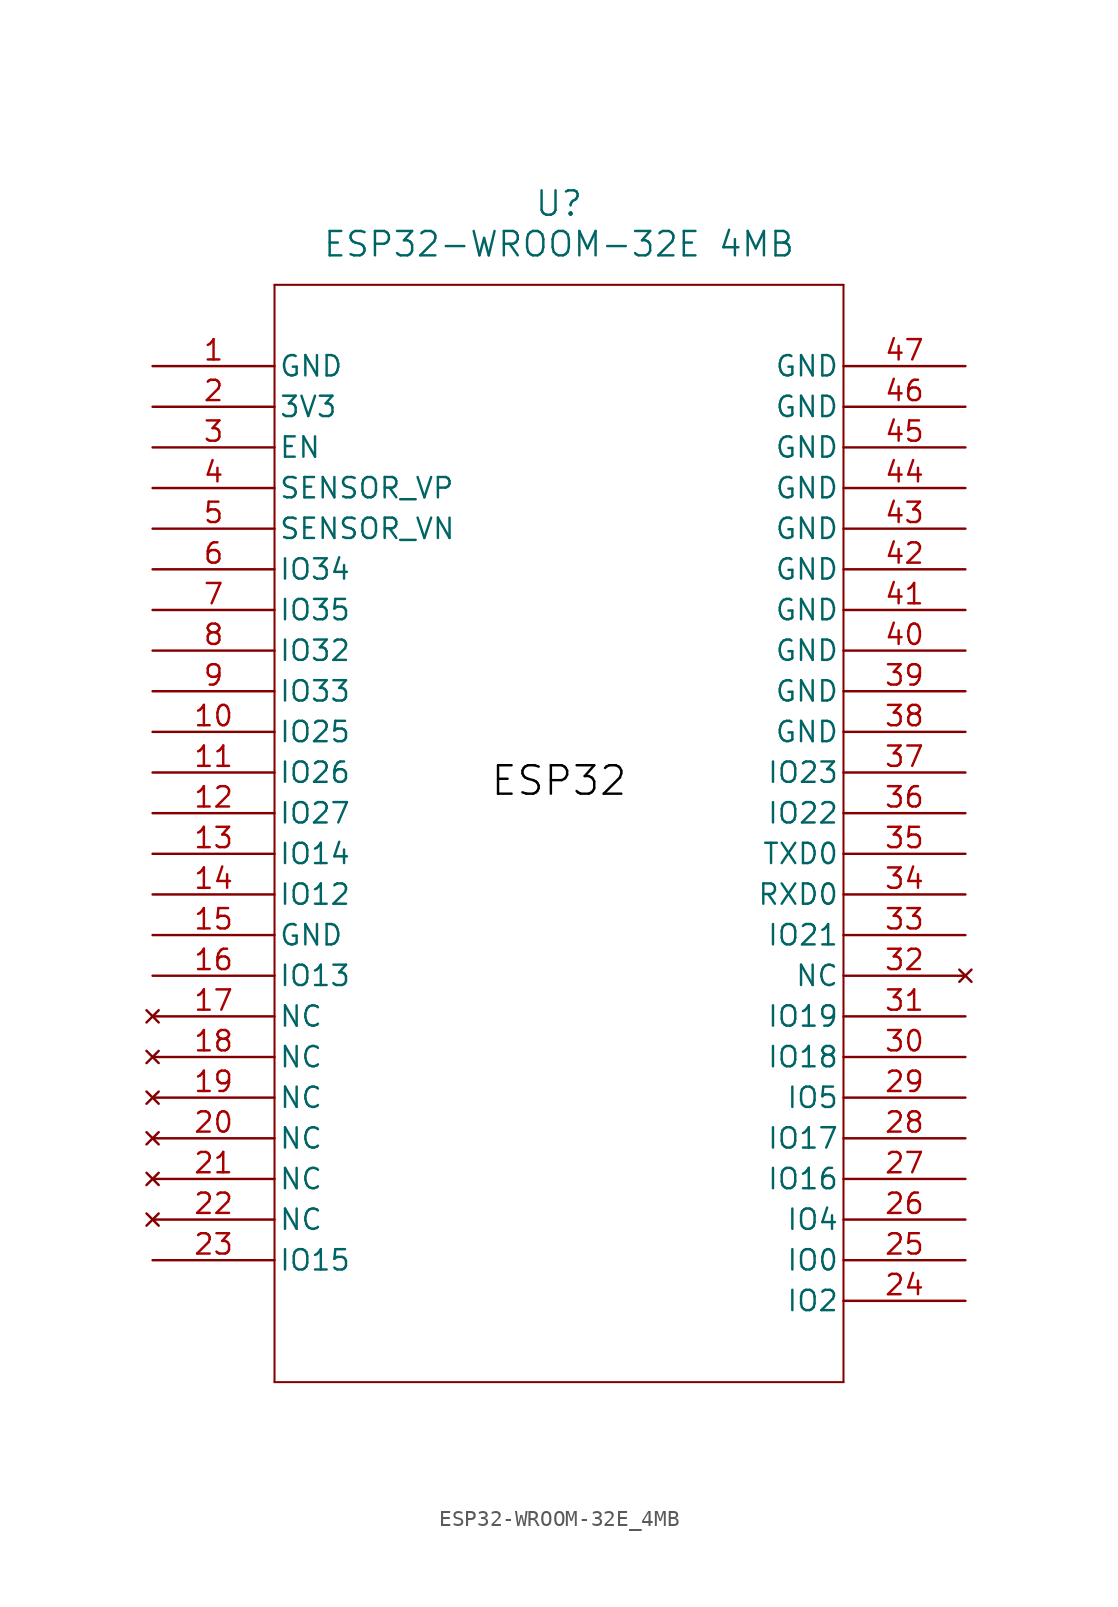
<source format=kicad_sym>
(kicad_symbol_lib
  (version 20231120)
  (generator "kicad_symbol_editor")
  (generator_version "8.0")
  (symbol "ESP32-WROOM-32E_4MB"
    (pin_names
      (offset 0.254))
    (property "Reference" "U"
      (at 25.4 10.16 0)
      (effects (font (size 1.524 1.524))))
    (property "Value" "ESP32-WROOM-32E 4MB"
      (at 25.4 7.62 0)
      (effects (font (size 1.524 1.524))))
    (property "ki_locked" ""
      (at 0 0 0)
      (effects (font (size 1.27 1.27))))
    (symbol "ESP32-WROOM-32E_4MB_0_1"
      (polyline (pts (xy 7.62 -63.5) (xy 43.18 -63.5)) (stroke (width 0.127) (type default)) (fill (type none)))
      (polyline (pts (xy 7.62 5.08) (xy 7.62 -63.5)) (stroke (width 0.127) (type default)) (fill (type none)))
      (polyline (pts (xy 43.18 -63.5) (xy 43.18 5.08)) (stroke (width 0.127) (type default)) (fill (type none)))
      (polyline (pts (xy 43.18 5.08) (xy 7.62 5.08)) (stroke (width 0.127) (type default)) (fill (type none)))
      (pin power_out line (at 0 0 0) (length 7.62) (name "GND" (effects (font (size 1.27 1.27)))) (number "1" (effects (font (size 1.27 1.27)))))
      (pin bidirectional line (at 0 -22.86 0) (length 7.62) (name "IO25" (effects (font (size 1.27 1.27)))) (number "10" (effects (font (size 1.27 1.27)))))
      (pin bidirectional line (at 0 -25.4 0) (length 7.62) (name "IO26" (effects (font (size 1.27 1.27)))) (number "11" (effects (font (size 1.27 1.27)))))
      (pin bidirectional line (at 0 -27.94 0) (length 7.62) (name "IO27" (effects (font (size 1.27 1.27)))) (number "12" (effects (font (size 1.27 1.27)))))
      (pin bidirectional line (at 0 -30.48 0) (length 7.62) (name "IO14" (effects (font (size 1.27 1.27)))) (number "13" (effects (font (size 1.27 1.27)))))
      (pin bidirectional line (at 0 -33.02 0) (length 7.62) (name "IO12" (effects (font (size 1.27 1.27)))) (number "14" (effects (font (size 1.27 1.27)))))
      (pin power_out line (at 0 -35.56 0) (length 7.62) (name "GND" (effects (font (size 1.27 1.27)))) (number "15" (effects (font (size 1.27 1.27)))))
      (pin bidirectional line (at 0 -38.1 0) (length 7.62) (name "IO13" (effects (font (size 1.27 1.27)))) (number "16" (effects (font (size 1.27 1.27)))))
      (pin no_connect line (at 0 -40.64 0) (length 7.62) (name "NC" (effects (font (size 1.27 1.27)))) (number "17" (effects (font (size 1.27 1.27)))))
      (pin no_connect line (at 0 -43.18 0) (length 7.62) (name "NC" (effects (font (size 1.27 1.27)))) (number "18" (effects (font (size 1.27 1.27)))))
      (pin no_connect line (at 0 -45.72 0) (length 7.62) (name "NC" (effects (font (size 1.27 1.27)))) (number "19" (effects (font (size 1.27 1.27)))))
      (pin power_in line (at 0 -2.54 0) (length 7.62) (name "3V3" (effects (font (size 1.27 1.27)))) (number "2" (effects (font (size 1.27 1.27)))))
      (pin no_connect line (at 0 -48.26 0) (length 7.62) (name "NC" (effects (font (size 1.27 1.27)))) (number "20" (effects (font (size 1.27 1.27)))))
      (pin no_connect line (at 0 -50.8 0) (length 7.62) (name "NC" (effects (font (size 1.27 1.27)))) (number "21" (effects (font (size 1.27 1.27)))))
      (pin no_connect line (at 0 -53.34 0) (length 7.62) (name "NC" (effects (font (size 1.27 1.27)))) (number "22" (effects (font (size 1.27 1.27)))))
      (pin bidirectional line (at 0 -55.88 0) (length 7.62) (name "IO15" (effects (font (size 1.27 1.27)))) (number "23" (effects (font (size 1.27 1.27)))))
      (pin bidirectional line (at 50.8 -58.42 180) (length 7.62) (name "IO2" (effects (font (size 1.27 1.27)))) (number "24" (effects (font (size 1.27 1.27)))))
      (pin bidirectional line (at 50.8 -55.88 180) (length 7.62) (name "IO0" (effects (font (size 1.27 1.27)))) (number "25" (effects (font (size 1.27 1.27)))))
      (pin bidirectional line (at 50.8 -53.34 180) (length 7.62) (name "IO4" (effects (font (size 1.27 1.27)))) (number "26" (effects (font (size 1.27 1.27)))))
      (pin bidirectional line (at 50.8 -50.8 180) (length 7.62) (name "IO16" (effects (font (size 1.27 1.27)))) (number "27" (effects (font (size 1.27 1.27)))))
      (pin bidirectional line (at 50.8 -48.26 180) (length 7.62) (name "IO17" (effects (font (size 1.27 1.27)))) (number "28" (effects (font (size 1.27 1.27)))))
      (pin bidirectional line (at 50.8 -45.72 180) (length 7.62) (name "IO5" (effects (font (size 1.27 1.27)))) (number "29" (effects (font (size 1.27 1.27)))))
      (pin input line (at 0 -5.08 0) (length 7.62) (name "EN" (effects (font (size 1.27 1.27)))) (number "3" (effects (font (size 1.27 1.27)))))
      (pin bidirectional line (at 50.8 -43.18 180) (length 7.62) (name "IO18" (effects (font (size 1.27 1.27)))) (number "30" (effects (font (size 1.27 1.27)))))
      (pin bidirectional line (at 50.8 -40.64 180) (length 7.62) (name "IO19" (effects (font (size 1.27 1.27)))) (number "31" (effects (font (size 1.27 1.27)))))
      (pin no_connect line (at 50.8 -38.1 180) (length 7.62) (name "NC" (effects (font (size 1.27 1.27)))) (number "32" (effects (font (size 1.27 1.27)))))
      (pin bidirectional line (at 50.8 -35.56 180) (length 7.62) (name "IO21" (effects (font (size 1.27 1.27)))) (number "33" (effects (font (size 1.27 1.27)))))
      (pin bidirectional line (at 50.8 -33.02 180) (length 7.62) (name "RXD0" (effects (font (size 1.27 1.27)))) (number "34" (effects (font (size 1.27 1.27)))))
      (pin bidirectional line (at 50.8 -30.48 180) (length 7.62) (name "TXD0" (effects (font (size 1.27 1.27)))) (number "35" (effects (font (size 1.27 1.27)))))
      (pin bidirectional line (at 50.8 -27.94 180) (length 7.62) (name "IO22" (effects (font (size 1.27 1.27)))) (number "36" (effects (font (size 1.27 1.27)))))
      (pin bidirectional line (at 50.8 -25.4 180) (length 7.62) (name "IO23" (effects (font (size 1.27 1.27)))) (number "37" (effects (font (size 1.27 1.27)))))
      (pin power_out line (at 50.8 -22.86 180) (length 7.62) (name "GND" (effects (font (size 1.27 1.27)))) (number "38" (effects (font (size 1.27 1.27)))))
      (pin power_out line (at 50.8 -20.32 180) (length 7.62) (name "GND" (effects (font (size 1.27 1.27)))) (number "39" (effects (font (size 1.27 1.27)))))
      (pin input line (at 0 -7.62 0) (length 7.62) (name "SENSOR_VP" (effects (font (size 1.27 1.27)))) (number "4" (effects (font (size 1.27 1.27)))))
      (pin power_out line (at 50.8 -17.78 180) (length 7.62) (name "GND" (effects (font (size 1.27 1.27)))) (number "40" (effects (font (size 1.27 1.27)))))
      (pin power_out line (at 50.8 -15.24 180) (length 7.62) (name "GND" (effects (font (size 1.27 1.27)))) (number "41" (effects (font (size 1.27 1.27)))))
      (pin power_out line (at 50.8 -12.7 180) (length 7.62) (name "GND" (effects (font (size 1.27 1.27)))) (number "42" (effects (font (size 1.27 1.27)))))
      (pin power_out line (at 50.8 -10.16 180) (length 7.62) (name "GND" (effects (font (size 1.27 1.27)))) (number "43" (effects (font (size 1.27 1.27)))))
      (pin power_out line (at 50.8 -7.62 180) (length 7.62) (name "GND" (effects (font (size 1.27 1.27)))) (number "44" (effects (font (size 1.27 1.27)))))
      (pin power_out line (at 50.8 -5.08 180) (length 7.62) (name "GND" (effects (font (size 1.27 1.27)))) (number "45" (effects (font (size 1.27 1.27)))))
      (pin power_out line (at 50.8 -2.54 180) (length 7.62) (name "GND" (effects (font (size 1.27 1.27)))) (number "46" (effects (font (size 1.27 1.27)))))
      (pin power_out line (at 50.8 0 180) (length 7.62) (name "GND" (effects (font (size 1.27 1.27)))) (number "47" (effects (font (size 1.27 1.27)))))
      (pin input line (at 0 -10.16 0) (length 7.62) (name "SENSOR_VN" (effects (font (size 1.27 1.27)))) (number "5" (effects (font (size 1.27 1.27)))))
      (pin input line (at 0 -12.7 0) (length 7.62) (name "IO34" (effects (font (size 1.27 1.27)))) (number "6" (effects (font (size 1.27 1.27)))))
      (pin input line (at 0 -15.24 0) (length 7.62) (name "IO35" (effects (font (size 1.27 1.27)))) (number "7" (effects (font (size 1.27 1.27)))))
      (pin bidirectional line (at 0 -17.78 0) (length 7.62) (name "IO32" (effects (font (size 1.27 1.27)))) (number "8" (effects (font (size 1.27 1.27)))))
      (pin bidirectional line (at 0 -20.32 0) (length 7.62) (name "IO33" (effects (font (size 1.27 1.27)))) (number "9" (effects (font (size 1.27 1.27))))))
    (symbol "ESP32-WROOM-32E_4MB_1_1"
      (text "ESP32" (at 25.4 -25.908 0) (effects (font (size 1.778 1.778) (color 0 0 0 1)))))))
</source>
